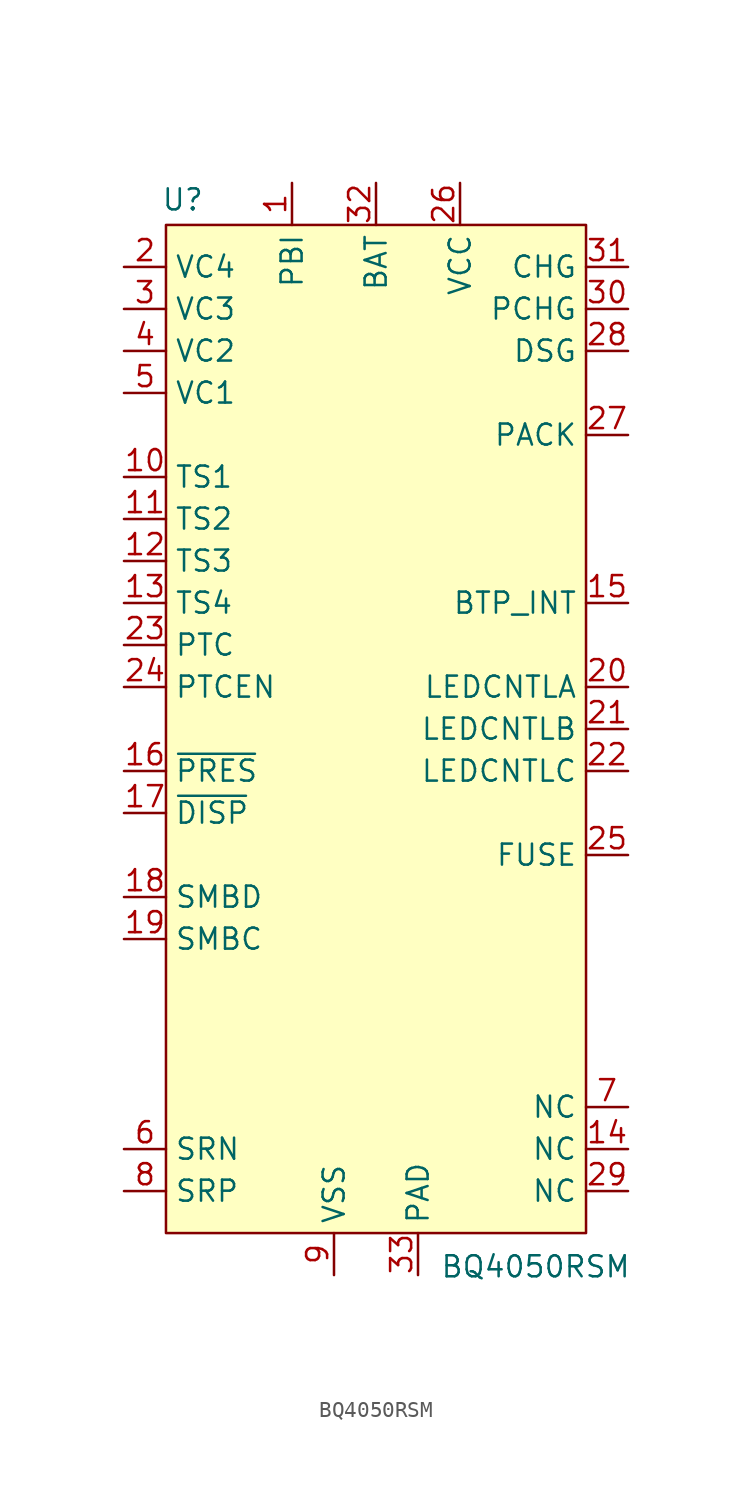
<source format=kicad_sym>
(kicad_symbol_lib
  (version 20231120)
  (generator "kicad_symbol_editor")
  (generator_version "8.0")
  (symbol "BQ4050RSM"
    (property "Reference" "U"
      (at -11.684 32.004 0)
      (effects (font (size 1.27 1.27))))
    (property "Value" "BQ4050RSM"
      (at 9.652 -32.512 0)
      (effects (font (size 1.27 1.27))))
    (symbol "BQ4050RSM_1_1"
      (rectangle (start -12.7 30.48) (end 12.7 -30.48) (stroke (width 0) (type default)) (fill (type background)))
      (pin power_in line (at -5.08 33.02 270) (length 2.54) (name "PBI" (effects (font (size 1.27 1.27)))) (number "1" (effects (font (size 1.27 1.27)))))
      (pin input line (at -15.24 15.24 0) (length 2.54) (name "TS1" (effects (font (size 1.27 1.27)))) (number "10" (effects (font (size 1.27 1.27)))))
      (pin input line (at -15.24 12.7 0) (length 2.54) (name "TS2" (effects (font (size 1.27 1.27)))) (number "11" (effects (font (size 1.27 1.27)))))
      (pin input line (at -15.24 10.16 0) (length 2.54) (name "TS3" (effects (font (size 1.27 1.27)))) (number "12" (effects (font (size 1.27 1.27)))))
      (pin input line (at -15.24 7.62 0) (length 2.54) (name "TS4" (effects (font (size 1.27 1.27)))) (number "13" (effects (font (size 1.27 1.27)))))
      (pin free line (at 15.24 -25.4 180) (length 2.54) (name "NC" (effects (font (size 1.27 1.27)))) (number "14" (effects (font (size 1.27 1.27)))))
      (pin output line (at 15.24 7.62 180) (length 2.54) (name "BTP_INT" (effects (font (size 1.27 1.27)))) (number "15" (effects (font (size 1.27 1.27)))))
      (pin input line (at -15.24 -2.54 0) (length 2.54) (name "~{PRES}" (effects (font (size 1.27 1.27)))) (number "16" (effects (font (size 1.27 1.27)))))
      (pin input line (at -15.24 -5.08 0) (length 2.54) (name "~{DISP}" (effects (font (size 1.27 1.27)))) (number "17" (effects (font (size 1.27 1.27)))))
      (pin bidirectional line (at -15.24 -10.16 0) (length 2.54) (name "SMBD" (effects (font (size 1.27 1.27)))) (number "18" (effects (font (size 1.27 1.27)))))
      (pin bidirectional line (at -15.24 -12.7 0) (length 2.54) (name "SMBC" (effects (font (size 1.27 1.27)))) (number "19" (effects (font (size 1.27 1.27)))))
      (pin input line (at -15.24 27.94 0) (length 2.54) (name "VC4" (effects (font (size 1.27 1.27)))) (number "2" (effects (font (size 1.27 1.27)))))
      (pin output line (at 15.24 2.54 180) (length 2.54) (name "LEDCNTLA" (effects (font (size 1.27 1.27)))) (number "20" (effects (font (size 1.27 1.27)))))
      (pin output line (at 15.24 0 180) (length 2.54) (name "LEDCNTLB" (effects (font (size 1.27 1.27)))) (number "21" (effects (font (size 1.27 1.27)))))
      (pin output line (at 15.24 -2.54 180) (length 2.54) (name "LEDCNTLC" (effects (font (size 1.27 1.27)))) (number "22" (effects (font (size 1.27 1.27)))))
      (pin input line (at -15.24 5.08 0) (length 2.54) (name "PTC" (effects (font (size 1.27 1.27)))) (number "23" (effects (font (size 1.27 1.27)))))
      (pin input line (at -15.24 2.54 0) (length 2.54) (name "PTCEN" (effects (font (size 1.27 1.27)))) (number "24" (effects (font (size 1.27 1.27)))))
      (pin output line (at 15.24 -7.62 180) (length 2.54) (name "FUSE" (effects (font (size 1.27 1.27)))) (number "25" (effects (font (size 1.27 1.27)))))
      (pin power_in line (at 5.08 33.02 270) (length 2.54) (name "VCC" (effects (font (size 1.27 1.27)))) (number "26" (effects (font (size 1.27 1.27)))))
      (pin input line (at 15.24 17.78 180) (length 2.54) (name "PACK" (effects (font (size 1.27 1.27)))) (number "27" (effects (font (size 1.27 1.27)))))
      (pin output line (at 15.24 22.86 180) (length 2.54) (name "DSG" (effects (font (size 1.27 1.27)))) (number "28" (effects (font (size 1.27 1.27)))))
      (pin free line (at 15.24 -27.94 180) (length 2.54) (name "NC" (effects (font (size 1.27 1.27)))) (number "29" (effects (font (size 1.27 1.27)))))
      (pin input line (at -15.24 25.4 0) (length 2.54) (name "VC3" (effects (font (size 1.27 1.27)))) (number "3" (effects (font (size 1.27 1.27)))))
      (pin output line (at 15.24 25.4 180) (length 2.54) (name "PCHG" (effects (font (size 1.27 1.27)))) (number "30" (effects (font (size 1.27 1.27)))))
      (pin output line (at 15.24 27.94 180) (length 2.54) (name "CHG" (effects (font (size 1.27 1.27)))) (number "31" (effects (font (size 1.27 1.27)))))
      (pin power_in line (at 0 33.02 270) (length 2.54) (name "BAT" (effects (font (size 1.27 1.27)))) (number "32" (effects (font (size 1.27 1.27)))))
      (pin power_in line (at 2.54 -33.02 90) (length 2.54) (name "PAD" (effects (font (size 1.27 1.27)))) (number "33" (effects (font (size 1.27 1.27)))))
      (pin input line (at -15.24 22.86 0) (length 2.54) (name "VC2" (effects (font (size 1.27 1.27)))) (number "4" (effects (font (size 1.27 1.27)))))
      (pin input line (at -15.24 20.32 0) (length 2.54) (name "VC1" (effects (font (size 1.27 1.27)))) (number "5" (effects (font (size 1.27 1.27)))))
      (pin input line (at -15.24 -25.4 0) (length 2.54) (name "SRN" (effects (font (size 1.27 1.27)))) (number "6" (effects (font (size 1.27 1.27)))))
      (pin free line (at 15.24 -22.86 180) (length 2.54) (name "NC" (effects (font (size 1.27 1.27)))) (number "7" (effects (font (size 1.27 1.27)))))
      (pin input line (at -15.24 -27.94 0) (length 2.54) (name "SRP" (effects (font (size 1.27 1.27)))) (number "8" (effects (font (size 1.27 1.27)))))
      (pin power_in line (at -2.54 -33.02 90) (length 2.54) (name "VSS" (effects (font (size 1.27 1.27)))) (number "9" (effects (font (size 1.27 1.27))))))))
</source>
